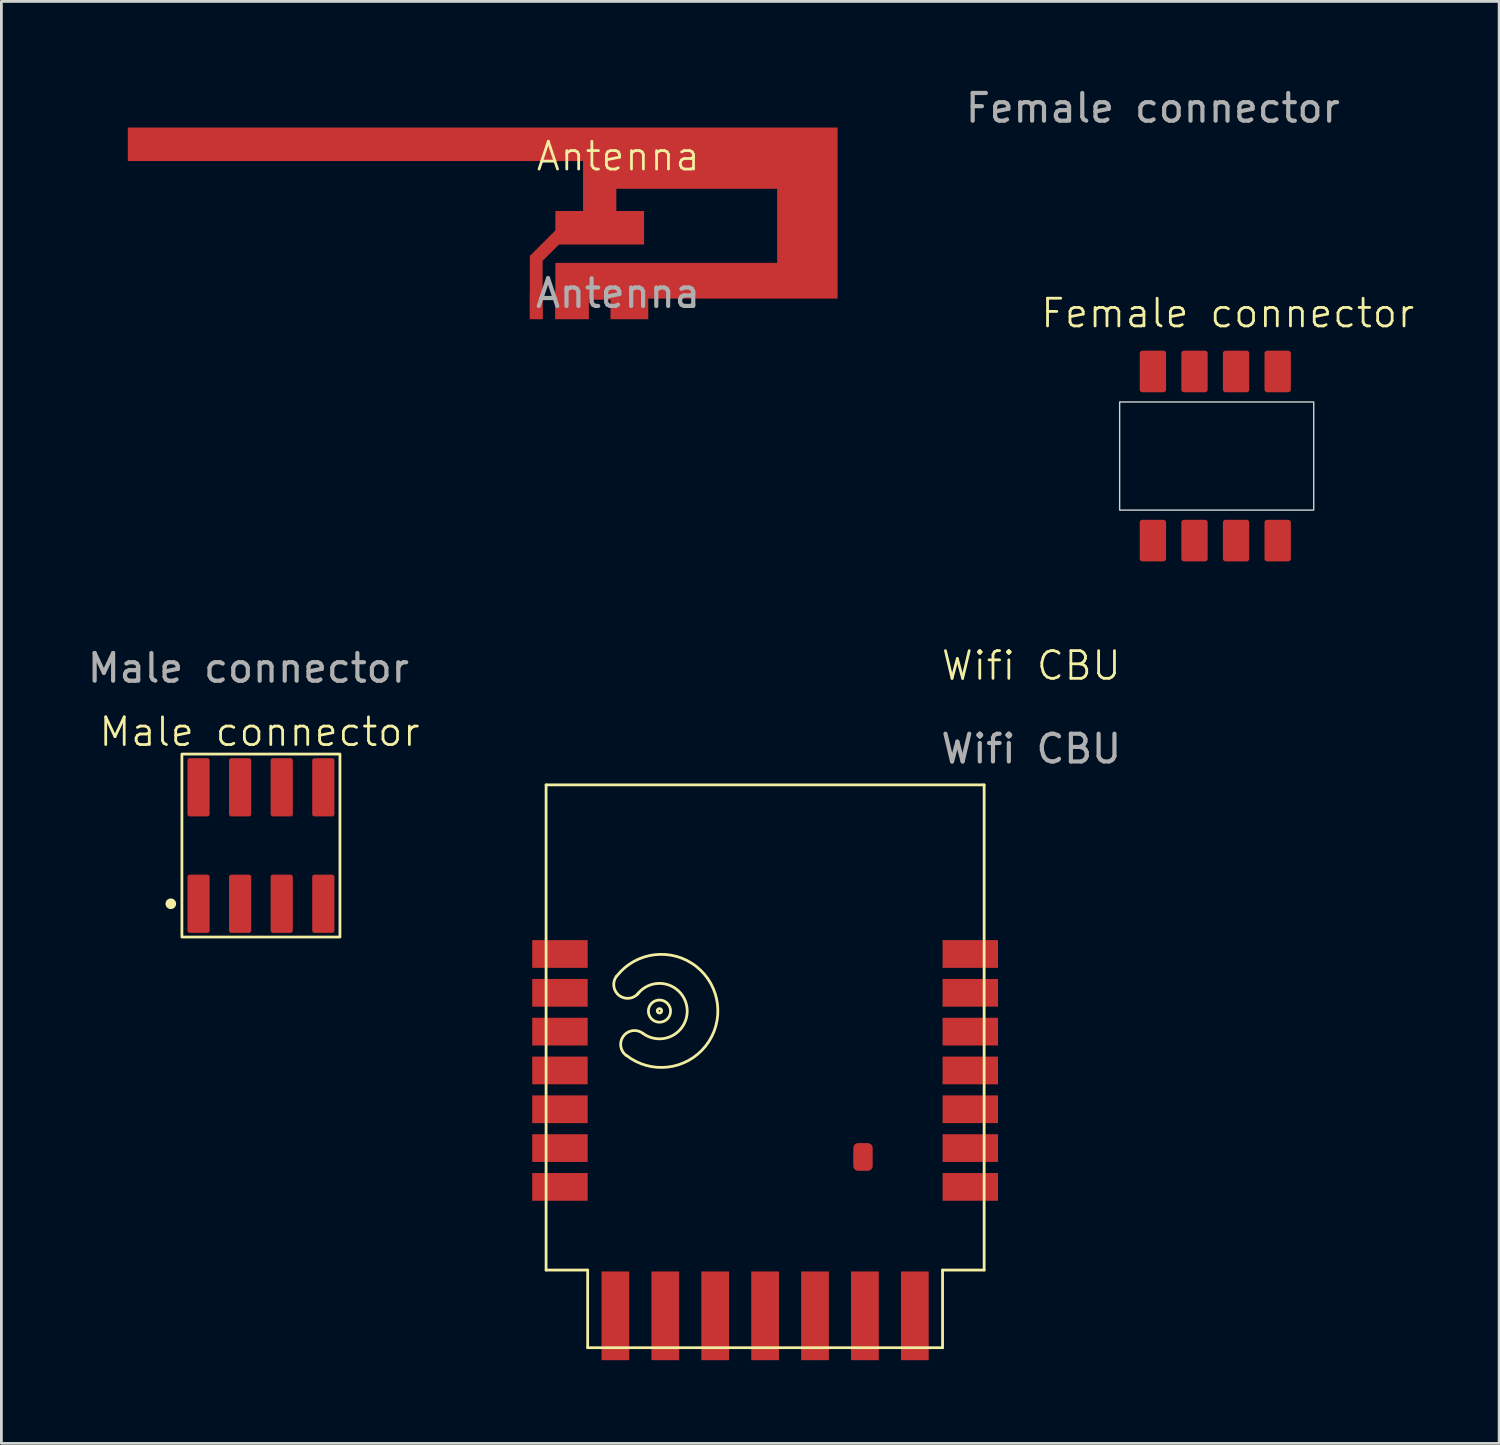
<source format=kicad_pcb>
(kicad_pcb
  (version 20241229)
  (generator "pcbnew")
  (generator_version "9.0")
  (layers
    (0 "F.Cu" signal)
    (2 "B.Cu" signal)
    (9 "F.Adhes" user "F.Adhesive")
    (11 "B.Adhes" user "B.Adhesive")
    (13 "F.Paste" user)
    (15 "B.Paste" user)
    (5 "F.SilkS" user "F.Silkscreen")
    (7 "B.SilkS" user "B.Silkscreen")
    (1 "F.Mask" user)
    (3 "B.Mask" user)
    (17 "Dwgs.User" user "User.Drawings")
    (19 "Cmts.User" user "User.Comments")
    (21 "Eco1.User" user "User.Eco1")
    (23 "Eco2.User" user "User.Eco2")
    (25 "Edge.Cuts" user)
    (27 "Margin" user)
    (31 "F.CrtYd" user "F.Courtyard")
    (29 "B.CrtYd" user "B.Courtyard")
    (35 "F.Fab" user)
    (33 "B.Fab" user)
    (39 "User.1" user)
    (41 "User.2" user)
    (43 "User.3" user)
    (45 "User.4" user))
  (footprint "Antenna"
    (layer "F.Cu")
    (at 19.24 6.84)
    (property "Reference" "Antenna" (at 0.01 -4.25 0) (unlocked yes) (layer "F.SilkS") (effects (font (size 1 1) (thickness 0.1))))
    (attr smd)
    (fp_poly (pts (xy -3.18 1.62) (xy -2.72 1.62) (xy -2.72 -0.48) (xy -2.13 -1.07) (xy 0.94 -1.07) (xy 0.94 -2.28) (xy -0.06 -2.28) (xy -0.06 -3.08) (xy 5.74 -3.08) (xy 5.74 -0.41) (xy -2.26 -0.41) (xy -2.26 1.62) (xy -1.06 1.62) (xy -1.06 0.92) (xy -0.26 0.92) (xy -0.26 1.62) (xy 1.09 1.62) (xy 1.09 0.88) (xy 7.92 0.88) (xy 7.92 -5.29) (xy -17.68 -5.29) (xy -17.68 -4.08) (xy -1.26 -4.08) (xy -1.26 -2.28) (xy -2.26 -2.28) (xy -2.26 -1.58) (xy -3.18 -0.66)) (stroke (width 0) (type solid)) (fill yes) (layer "F.Cu"))
    (fp_text user "${REFERENCE}" (at 0 0.69 0) (unlocked yes) (layer "F.Fab") (effects (font (size 1 1) (thickness 0.15))))
    (pad "1" connect rect (at -2.95 1.12) (size 0.46 1) (layers "F.Cu" "F.Mask"))
    (pad "2" connect rect (at -1.66 1.12 180) (size 1.2 1) (layers "F.Cu" "F.Mask"))
    (pad "2" connect rect (at 0.41 1.12 180) (size 1.35 1) (layers "F.Cu" "F.Mask"))
    (zone (net_name "") (layers "F.Cu" "B.Cu") (hatch edge 0.5) (connect_pads) (min_thickness 0.25) (filled_areas_thickness no) (keepout (tracks allowed) (vias not_allowed) (pads not_allowed) (copperpour not_allowed) (footprints allowed)) (placement (enabled no)) (fill) (polygon (pts (xy 0 0) (xy 28.67 0) (xy 28.67 9.17) (xy 20.106 9.17) (xy 20.106 9.17) (xy 15.86 9.17) (xy 0 9.17)))))
  (footprint "Wifi CBU"
    (layer "F.Cu")
    (at 16.646 25.259)
    (property "Reference" "Wifi CBU" (at 17.5 -4.3 0) (unlocked yes) (layer "F.SilkS") (effects (font (size 1 1) (thickness 0.1))))
    (attr smd)
    (fp_line (start 0 0) (end 15.8 0) (stroke (width 0.1) (type default)) (layer "F.SilkS"))
    (fp_line (start 0 17.5) (end 0 0) (stroke (width 0.1) (type default)) (layer "F.SilkS"))
    (fp_line (start 1.5 17.5) (end 0 17.5) (stroke (width 0.1) (type default)) (layer "F.SilkS"))
    (fp_line (start 1.5 20.3) (end 1.5 17.5) (stroke (width 0.1) (type default)) (layer "F.SilkS"))
    (fp_line (start 14.3 17.5) (end 14.3 20.3) (stroke (width 0.1) (type default)) (layer "F.SilkS"))
    (fp_line (start 14.3 20.3) (end 1.5 20.3) (stroke (width 0.1) (type default)) (layer "F.SilkS"))
    (fp_line (start 15.8 0) (end 15.8 17.5) (stroke (width 0.1) (type default)) (layer "F.SilkS"))
    (fp_line (start 15.8 17.5) (end 14.3 17.5) (stroke (width 0.1) (type default)) (layer "F.SilkS"))
    (fp_arc (start 2.553623 6.890139) (mid 6.181538 7.911426) (end 2.894056 9.75459) (stroke (width 0.1) (type default)) (layer "F.SilkS"))
    (fp_arc (start 2.89 9.76) (mid 2.79 9.06) (end 3.49 8.96) (stroke (width 0.1) (type default)) (layer "F.SilkS"))
    (fp_arc (start 3.29 7.56) (mid 5.079949 8.018579) (end 3.49 8.96) (stroke (width 0.1) (type default)) (layer "F.SilkS"))
    (fp_arc (start 3.34 7.5) (mid 2.64 7.6) (end 2.54 6.9) (stroke (width 0.1) (type default)) (layer "F.SilkS"))
    (fp_circle (center 4.09 8.15) (end 4.12 8.15) (stroke (width 0.1) (type default)) (fill no) (layer "F.SilkS"))
    (fp_circle (center 4.09 8.16) (end 4.49 8.16) (stroke (width 0.1) (type default)) (fill no) (layer "F.SilkS"))
    (fp_text user "${REFERENCE}" (at 17.5 -1.3 0) (unlocked yes) (layer "F.Fab") (effects (font (size 1 1) (thickness 0.15))))
    (pad "1" smd rect (at 0.5 6.1) (size 2 1) (layers "F.Cu" "F.Mask" "F.Paste"))
    (pad "2" smd rect (at 0.5 7.5) (size 2 1) (layers "F.Cu" "F.Mask" "F.Paste"))
    (pad "3" smd rect (at 0.5 8.9) (size 2 1) (layers "F.Cu" "F.Mask" "F.Paste"))
    (pad "4" smd rect (at 0.5 10.3) (size 2 1) (layers "F.Cu" "F.Mask" "F.Paste"))
    (pad "5" smd rect (at 0.5 11.7) (size 2 1) (layers "F.Cu" "F.Mask" "F.Paste"))
    (pad "6" smd rect (at 0.5 13.1) (size 2 1) (layers "F.Cu" "F.Mask" "F.Paste"))
    (pad "7" smd rect (at 0.5 14.5) (size 2 1) (layers "F.Cu" "F.Mask" "F.Paste"))
    (pad "8" smd rect (at 2.5 19.15 270) (size 3.2 1) (layers "F.Cu" "F.Mask" "F.Paste"))
    (pad "9" smd rect (at 4.3 19.15 270) (size 3.2 1) (layers "F.Cu" "F.Mask" "F.Paste"))
    (pad "10" smd rect (at 6.1 19.15 270) (size 3.2 1) (layers "F.Cu" "F.Mask" "F.Paste"))
    (pad "11" smd rect (at 7.9 19.15 270) (size 3.2 1) (layers "F.Cu" "F.Mask" "F.Paste"))
    (pad "12" smd rect (at 9.7 19.15 270) (size 3.2 1) (layers "F.Cu" "F.Mask" "F.Paste"))
    (pad "13" smd rect (at 11.5 19.15 270) (size 3.2 1) (layers "F.Cu" "F.Mask" "F.Paste"))
    (pad "14" smd rect (at 13.3 19.15 270) (size 3.2 1) (layers "F.Cu" "F.Mask" "F.Paste"))
    (pad "15" smd rect (at 15.3 14.5) (size 2 1) (layers "F.Cu" "F.Mask" "F.Paste"))
    (pad "16" smd rect (at 15.3 13.1) (size 2 1) (layers "F.Cu" "F.Mask" "F.Paste"))
    (pad "17" smd rect (at 15.3 11.7) (size 2 1) (layers "F.Cu" "F.Mask" "F.Paste"))
    (pad "18" smd rect (at 15.3 10.3) (size 2 1) (layers "F.Cu" "F.Mask" "F.Paste"))
    (pad "19" smd rect (at 15.3 8.9) (size 2 1) (layers "F.Cu" "F.Mask" "F.Paste"))
    (pad "20" smd rect (at 15.3 7.5) (size 2 1) (layers "F.Cu" "F.Mask" "F.Paste"))
    (pad "21" smd rect (at 15.3 6.1) (size 2 1) (layers "F.Cu" "F.Mask" "F.Paste"))
    (pad "TP" smd roundrect (at 11.43 13.42) (size 0.7 1) (layers "F.Cu" "F.Mask" "F.Paste") (roundrect_rratio 0.25))
    (zone (net_name "") (layer "F.Cu") (hatch edge 0.5) (connect_pads) (min_thickness 0.25) (filled_areas_thickness no) (keepout (tracks not_allowed) (vias not_allowed) (pads not_allowed) (copperpour not_allowed) (footprints allowed)) (placement (enabled no)) (fill) (polygon (pts (xy 19.026 31.299) (xy 22.926 31.299) (xy 22.926 35.529) (xy 19.026 35.529))))
    (zone (net_name "") (layer "F.Cu") (hatch edge 0.5) (connect_pads) (min_thickness 0.25) (filled_areas_thickness no) (keepout (tracks not_allowed) (vias not_allowed) (pads not_allowed) (copperpour not_allowed) (footprints allowed)) (placement (enabled no)) (fill) (polygon (pts (xy 23.351 36.924) (xy 26.101 36.924) (xy 26.101 39.514) (xy 23.351 39.514))))
    (zone (net_name "") (layers "F.Cu" "B.Cu") (hatch edge 0.5) (connect_pads) (min_thickness 0.25) (filled_areas_thickness no) (keepout (tracks not_allowed) (vias not_allowed) (pads not_allowed) (copperpour not_allowed) (footprints allowed)) (placement (enabled no)) (fill) (polygon (pts (xy 15.146 23.759) (xy 33.946 23.759) (xy 33.946 30.359) (xy 15.146 30.359)))))
  (footprint "Male connector"
    (layer "F.Cu")
    (at 4.111 29.547)
    (property "Reference" "Male connector" (at 2.2 -6.2 0) (unlocked yes) (layer "F.SilkS") (effects (font (size 1 1) (thickness 0.1))))
    (attr smd)
    (fp_rect (start -0.6 -5.4) (end 5.1 1.2) (stroke (width 0.1) (type default)) (fill no) (layer "F.SilkS"))
    (fp_circle (center -1 0) (end -0.859 0) (stroke (width 0.1) (type solid)) (fill yes) (layer "F.SilkS"))
    (fp_text user "${REFERENCE}" (at 1.8 -8.5 0) (unlocked yes) (layer "F.Fab") (effects (font (size 1 1) (thickness 0.15))))
    (pad "1" smd roundrect (at 0 0) (size 0.8 2.1) (layers "F.Cu" "F.Mask" "F.Paste") (roundrect_rratio 0.1))
    (pad "2" smd roundrect (at 0 -4.2) (size 0.8 2.1) (layers "F.Cu" "F.Mask" "F.Paste") (roundrect_rratio 0.1))
    (pad "3" smd roundrect (at 1.5 0) (size 0.8 2.1) (layers "F.Cu" "F.Mask" "F.Paste") (roundrect_rratio 0.1))
    (pad "4" smd roundrect (at 1.5 -4.2) (size 0.8 2.1) (layers "F.Cu" "F.Mask" "F.Paste") (roundrect_rratio 0.1))
    (pad "5" smd roundrect (at 3 0) (size 0.8 2.1) (layers "F.Cu" "F.Mask" "F.Paste") (roundrect_rratio 0.1))
    (pad "6" smd roundrect (at 3 -4.2) (size 0.8 2.1) (layers "F.Cu" "F.Mask" "F.Paste") (roundrect_rratio 0.1))
    (pad "7" smd roundrect (at 4.5 0) (size 0.8 2.1) (layers "F.Cu" "F.Mask" "F.Paste") (roundrect_rratio 0.1))
    (pad "8" smd roundrect (at 4.5 -4.2) (size 0.8 2.1) (layers "F.Cu" "F.Mask" "F.Paste") (roundrect_rratio 0.1)))
  (footprint "Female connector"
    (layer "F.Cu")
    (at 38.533 16.448)
    (property "Reference" "Female connector" (at 2.7 -8.2 0) (unlocked yes) (layer "F.SilkS") (effects (font (size 1 1) (thickness 0.1))))
    (attr smd)
    (fp_rect (start -1.2 -1.1) (end 5.8 -5) (stroke (width 0.05) (type default)) (fill no) (layer "Edge.Cuts"))
    (fp_text user "${REFERENCE}" (at 0 -15.6 0) (unlocked yes) (layer "F.Fab") (effects (font (size 1 1) (thickness 0.15))))
    (pad "1" smd roundrect (at 0 0) (size 0.95 1.5) (layers "F.Cu" "F.Mask" "F.Paste") (roundrect_rratio 0.1))
    (pad "2" smd roundrect (at 0 -6.1) (size 0.95 1.5) (layers "F.Cu" "F.Mask" "F.Paste") (roundrect_rratio 0.1))
    (pad "3" smd roundrect (at 1.5 0) (size 0.95 1.5) (layers "F.Cu" "F.Mask" "F.Paste") (roundrect_rratio 0.1))
    (pad "4" smd roundrect (at 1.5 -6.1) (size 0.95 1.5) (layers "F.Cu" "F.Mask" "F.Paste") (roundrect_rratio 0.1))
    (pad "5" smd roundrect (at 3 0) (size 0.95 1.5) (layers "F.Cu" "F.Mask" "F.Paste") (roundrect_rratio 0.1))
    (pad "6" smd roundrect (at 3 -6.1) (size 0.95 1.5) (layers "F.Cu" "F.Mask" "F.Paste") (roundrect_rratio 0.1))
    (pad "7" smd roundrect (at 4.5 0) (size 0.95 1.5) (layers "F.Cu" "F.Mask" "F.Paste") (roundrect_rratio 0.1))
    (pad "8" smd roundrect (at 4.5 -6.1) (size 0.95 1.5) (layers "F.Cu" "F.Mask" "F.Paste") (roundrect_rratio 0.1)))
  (gr_rect
    (start -3 -3)
    (end 51.021 49.009)
    (stroke (width 0.1) (type default))
    (fill no)
    (layer "Edge.Cuts")))
</source>
